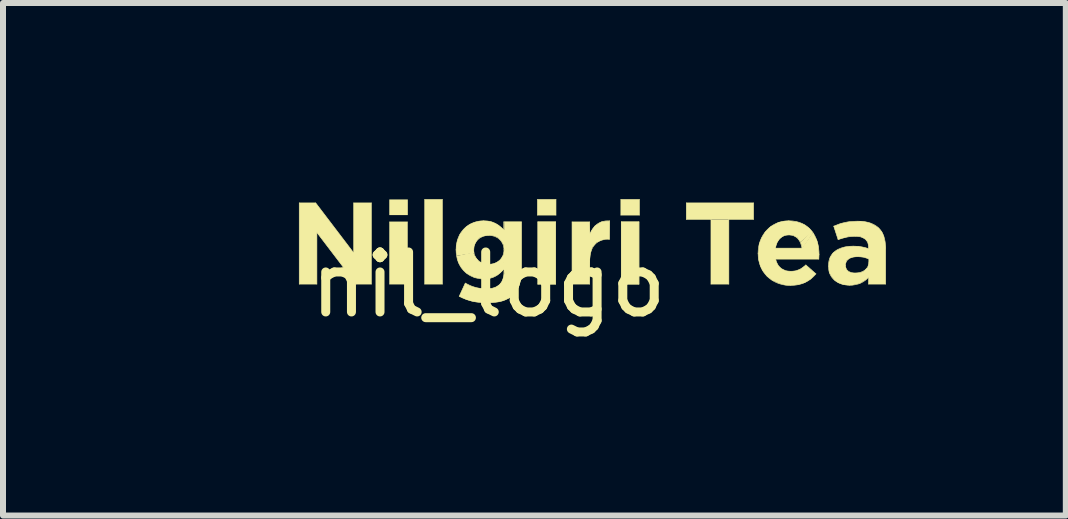
<source format=kicad_pcb>
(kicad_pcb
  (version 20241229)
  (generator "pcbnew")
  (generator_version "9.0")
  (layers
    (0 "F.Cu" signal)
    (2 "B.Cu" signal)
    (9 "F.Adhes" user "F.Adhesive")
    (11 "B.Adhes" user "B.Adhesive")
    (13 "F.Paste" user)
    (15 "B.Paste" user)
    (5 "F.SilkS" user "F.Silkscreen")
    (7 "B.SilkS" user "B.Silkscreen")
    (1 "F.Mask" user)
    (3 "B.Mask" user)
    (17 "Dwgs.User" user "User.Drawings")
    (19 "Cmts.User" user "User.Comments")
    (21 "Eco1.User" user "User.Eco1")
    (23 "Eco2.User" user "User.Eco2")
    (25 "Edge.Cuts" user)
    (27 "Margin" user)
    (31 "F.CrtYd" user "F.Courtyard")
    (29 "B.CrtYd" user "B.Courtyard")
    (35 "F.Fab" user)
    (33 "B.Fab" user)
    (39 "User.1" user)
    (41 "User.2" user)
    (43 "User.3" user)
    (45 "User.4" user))
  (footprint "nil_logo"
    (layer "F.Cu")
    (at 5.125 1.176)
    (property "Reference" "nil_logo" (at -0.03 0.52 0) (layer "F.SilkS") (effects (font (size 1 1) (thickness 0.15))))
    (attr through_hole)
    (fp_poly (pts (xy -5.041 -0.839) (xy -4.791 -0.839) (xy -4.706 0.51) (xy -5.125 0.51)) (stroke (width 0) (type solid)) (fill yes) (layer "F.Mask"))
    (fp_poly (pts (xy -4.691 -1.176) (xy -4.364 -1.176) (xy -4.364 0.172) (xy -4.607 0.172)) (stroke (width 0) (type solid)) (fill yes) (layer "F.Mask"))
    (fp_poly (pts (xy -4.259 -0.839) (xy -3.987 -0.839) (xy -3.987 0.51) (xy -4.259 0.51)) (stroke (width 0) (type solid)) (fill yes) (layer "F.Mask"))
    (fp_poly (pts (xy -3.861 -0.839) (xy -3.597 -0.839) (xy -3.513 0.51) (xy -3.861 0.51)) (stroke (width 0) (type solid)) (fill yes) (layer "F.Mask"))
    (fp_line (start -3.186 -0.843) (end -2.912 -0.843) (stroke (width 0.01) (type solid)) (layer "F.SilkS"))
    (fp_line (start -3.186 0.51) (end -3.186 -0.843) (stroke (width 0.01) (type solid)) (layer "F.SilkS"))
    (fp_line (start -2.912 -0.843) (end -2.278 -0.01) (stroke (width 0.01) (type solid)) (layer "F.SilkS"))
    (fp_line (start -2.892 -0.35) (end -2.892 0.51) (stroke (width 0.01) (type solid)) (layer "F.SilkS"))
    (fp_line (start -2.892 0.51) (end -3.186 0.51) (stroke (width 0.01) (type solid)) (layer "F.SilkS"))
    (fp_line (start -2.278 -0.843) (end -1.984 -0.843) (stroke (width 0.01) (type solid)) (layer "F.SilkS"))
    (fp_line (start -2.278 -0.01) (end -2.278 -0.843) (stroke (width 0.01) (type solid)) (layer "F.SilkS"))
    (fp_line (start -2.237 0.51) (end -2.892 -0.35) (stroke (width 0.01) (type solid)) (layer "F.SilkS"))
    (fp_line (start -1.984 -0.843) (end -1.984 0.51) (stroke (width 0.01) (type solid)) (layer "F.SilkS"))
    (fp_line (start -1.984 0.51) (end -2.237 0.51) (stroke (width 0.01) (type solid)) (layer "F.SilkS"))
    (fp_line (start -1.678 -0.526) (end -1.384 -0.526) (stroke (width 0.01) (type solid)) (layer "F.SilkS"))
    (fp_line (start -1.678 0.51) (end -1.678 -0.526) (stroke (width 0.01) (type solid)) (layer "F.SilkS"))
    (fp_line (start -1.384 -0.526) (end -1.384 0.51) (stroke (width 0.01) (type solid)) (layer "F.SilkS"))
    (fp_line (start -1.384 0.51) (end -1.678 0.51) (stroke (width 0.01) (type solid)) (layer "F.SilkS"))
    (fp_line (start -1.094 -0.901) (end -0.8 -0.901) (stroke (width 0.01) (type solid)) (layer "F.SilkS"))
    (fp_line (start -1.094 0.51) (end -1.094 -0.901) (stroke (width 0.01) (type solid)) (layer "F.SilkS"))
    (fp_line (start -0.8 -0.901) (end -0.8 0.51) (stroke (width 0.01) (type solid)) (layer "F.SilkS"))
    (fp_line (start -0.8 0.51) (end -1.094 0.51) (stroke (width 0.01) (type solid)) (layer "F.SilkS"))
    (fp_line (start 0.785 -0.901) (end 1.094 -0.901) (stroke (width 0.01) (type solid)) (layer "F.SilkS"))
    (fp_line (start 0.785 -0.64) (end 0.785 -0.901) (stroke (width 0.01) (type solid)) (layer "F.SilkS"))
    (fp_line (start 0.793 -0.526) (end 1.086 -0.526) (stroke (width 0.01) (type solid)) (layer "F.SilkS"))
    (fp_line (start 0.793 -0.526) (end 1.086 -0.526) (stroke (width 0.01) (type solid)) (layer "F.SilkS"))
    (fp_line (start 0.793 0.51) (end 0.793 -0.526) (stroke (width 0.01) (type solid)) (layer "F.SilkS"))
    (fp_line (start 0.793 0.51) (end 0.793 -0.526) (stroke (width 0.01) (type solid)) (layer "F.SilkS"))
    (fp_line (start 1.086 -0.526) (end 1.086 0.51) (stroke (width 0.01) (type solid)) (layer "F.SilkS"))
    (fp_line (start 1.086 0.51) (end 0.793 0.51) (stroke (width 0.01) (type solid)) (layer "F.SilkS"))
    (fp_line (start 1.086 -0.526) (end 1.086 0.51) (stroke (width 0.01) (type solid)) (layer "F.SilkS"))
    (fp_line (start 1.086 0.51) (end 0.793 0.51) (stroke (width 0.01) (type solid)) (layer "F.SilkS"))
    (fp_line (start 1.094 -0.901) (end 1.094 -0.64) (stroke (width 0.01) (type solid)) (layer "F.SilkS"))
    (fp_line (start 1.094 -0.64) (end 0.785 -0.64) (stroke (width 0.01) (type solid)) (layer "F.SilkS"))
    (fp_line (start 2.176 -0.901) (end 2.485 -0.901) (stroke (width 0.01) (type solid)) (layer "F.SilkS"))
    (fp_line (start 2.176 -0.64) (end 2.176 -0.901) (stroke (width 0.01) (type solid)) (layer "F.SilkS"))
    (fp_line (start 2.183 -0.526) (end 2.477 -0.526) (stroke (width 0.01) (type solid)) (layer "F.SilkS"))
    (fp_line (start 2.183 -0.526) (end 2.477 -0.526) (stroke (width 0.01) (type solid)) (layer "F.SilkS"))
    (fp_line (start 2.183 0.51) (end 2.183 -0.526) (stroke (width 0.01) (type solid)) (layer "F.SilkS"))
    (fp_line (start 2.183 0.51) (end 2.183 -0.526) (stroke (width 0.01) (type solid)) (layer "F.SilkS"))
    (fp_line (start 2.477 -0.526) (end 2.477 0.51) (stroke (width 0.01) (type solid)) (layer "F.SilkS"))
    (fp_line (start 2.477 0.51) (end 2.183 0.51) (stroke (width 0.01) (type solid)) (layer "F.SilkS"))
    (fp_line (start 2.477 -0.526) (end 2.477 0.51) (stroke (width 0.01) (type solid)) (layer "F.SilkS"))
    (fp_line (start 2.477 0.51) (end 2.183 0.51) (stroke (width 0.01) (type solid)) (layer "F.SilkS"))
    (fp_line (start 2.485 -0.901) (end 2.485 -0.64) (stroke (width 0.01) (type solid)) (layer "F.SilkS"))
    (fp_line (start 2.485 -0.64) (end 2.176 -0.64) (stroke (width 0.01) (type solid)) (layer "F.SilkS"))
    (fp_line (start 3.267 -0.843) (end 4.388 -0.843) (stroke (width 0.01) (type solid)) (layer "F.SilkS"))
    (fp_line (start 3.267 -0.569) (end 3.267 -0.843) (stroke (width 0.01) (type solid)) (layer "F.SilkS"))
    (fp_line (start 3.678 -0.569) (end 3.267 -0.569) (stroke (width 0.01) (type solid)) (layer "F.SilkS"))
    (fp_line (start 3.678 0.51) (end 3.678 -0.569) (stroke (width 0.01) (type solid)) (layer "F.SilkS"))
    (fp_line (start 3.976 -0.569) (end 3.976 0.51) (stroke (width 0.01) (type solid)) (layer "F.SilkS"))
    (fp_line (start 3.976 0.51) (end 3.678 0.51) (stroke (width 0.01) (type solid)) (layer "F.SilkS"))
    (fp_line (start 4.388 -0.843) (end 4.388 -0.569) (stroke (width 0.01) (type solid)) (layer "F.SilkS"))
    (fp_line (start 4.388 -0.569) (end 3.976 -0.569) (stroke (width 0.01) (type solid)) (layer "F.SilkS"))
    (fp_poly (pts (xy -1.685 -0.901) (xy -1.376 -0.901) (xy -1.376 -0.64) (xy -1.685 -0.64)) (stroke (width 0) (type solid)) (fill yes) (layer "F.SilkS"))
    (fp_poly (pts (xy -1.678 -0.526) (xy -1.384 -0.526) (xy -1.384 0.51) (xy -1.678 0.51)) (stroke (width 0) (type solid)) (fill yes) (layer "F.SilkS"))
    (fp_poly (pts (xy -1.094 0.51) (xy -0.8 0.51) (xy -0.8 -0.901) (xy -1.094 -0.901)) (stroke (width 0) (type solid)) (fill yes) (layer "F.SilkS"))
    (fp_poly (pts (xy 0.785 -0.901) (xy 1.094 -0.901) (xy 1.094 -0.64) (xy 0.785 -0.64)) (stroke (width 0) (type solid)) (fill yes) (layer "F.SilkS"))
    (fp_poly (pts (xy 0.793 -0.526) (xy 1.086 -0.526) (xy 1.086 0.51) (xy 0.793 0.51)) (stroke (width 0) (type solid)) (fill yes) (layer "F.SilkS"))
    (fp_poly (pts (xy 2.176 -0.901) (xy 2.485 -0.901) (xy 2.485 -0.64) (xy 2.176 -0.64)) (stroke (width 0) (type solid)) (fill yes) (layer "F.SilkS"))
    (fp_poly (pts (xy 2.183 -0.526) (xy 2.477 -0.526) (xy 2.477 0.51) (xy 2.183 0.51)) (stroke (width 0) (type solid)) (fill yes) (layer "F.SilkS"))
    (fp_poly (pts (xy 3.267 -0.569) (xy 3.267 -0.843) (xy 4.388 -0.843) (xy 4.388 -0.569)) (stroke (width 0) (type solid)) (fill yes) (layer "F.SilkS"))
    (fp_poly (pts (xy 3.678 -0.569) (xy 3.976 -0.569) (xy 3.976 0.51) (xy 3.678 0.51)) (stroke (width 0) (type solid)) (fill yes) (layer "F.SilkS"))
    (fp_poly (pts (xy 5.17 -0.19) (xy 5.18 -0.16) (xy 5.2 -0.08) (xy 5.38 -0.34) (xy 5.36 -0.37)) (stroke (width 0) (type solid)) (fill yes) (layer "F.SilkS"))
    (fp_poly (pts (xy -3.186 -0.843) (xy -2.912 -0.843) (xy -2.278 -0.01) (xy -2.278 -0.843) (xy -1.984 -0.843) (xy -1.984 0.51) (xy -2.237 0.51) (xy -2.892 -0.35) (xy -2.892 0.51) (xy -3.186 0.51)) (stroke (width 0) (type solid)) (fill yes) (layer "F.SilkS"))
    (fp_poly (pts (xy 1.67 -0.35) (xy 1.69 -0.39) (xy 1.74 -0.46) (xy 1.8 -0.5) (xy 1.85 -0.53) (xy 1.92 -0.54) (xy 1.99 -0.54) (xy 1.987 -0.238) (xy 1.93 -0.24) (xy 1.85 -0.22) (xy 1.77 -0.18) (xy 1.7 -0.1) (xy 1.67 0) (xy 1.66 0.1) (xy 1.656 0.51) (xy 1.362 0.51) (xy 1.362 -0.526) (xy 1.656 -0.526) (xy 1.66 -0.33)) (stroke (width 0) (type solid)) (fill yes) (layer "F.SilkS"))
    (fp_poly (pts (xy -0.56 0.04) (xy -0.55 0.1) (xy -0.53 0.16) (xy -0.49 0.23) (xy -0.45 0.28) (xy -0.4 0.33) (xy -0.35 0.36) (xy -0.27 0.4) (xy -0.17 0.42) (xy -0.111 0.425) (xy -0.04 0.42) (xy 0.04 0.4) (xy 0.12 0.36) (xy 0.17 0.32) (xy 0.24 0.25) (xy 0.21 0.04) (xy 0.16 0.11) (xy 0.1 0.15) (xy 0.05 0.17) (xy -0.01 0.18) (xy -0.11 0.17) (xy -0.19 0.13) (xy -0.24 0.07) (xy -0.27 0.02) (xy -0.28 -0.02)) (stroke (width 0) (type solid)) (fill yes) (layer "F.SilkS"))
    (fp_poly (pts (xy 6.31 0.08) (xy 6.305 0.51) (xy 6.59 0.51) (xy 6.59 -0.12) (xy 6.58 -0.2) (xy 6.56 -0.29) (xy 6.53 -0.36) (xy 6.47 -0.43) (xy 6.41 -0.47) (xy 6.33 -0.51) (xy 6.25 -0.53) (xy 6.17 -0.54) (xy 6.127 -0.538) (xy 5.98 -0.53) (xy 5.84 -0.5) (xy 5.725 -0.455) (xy 5.798 -0.231) (xy 5.86 -0.25) (xy 5.97 -0.28) (xy 6.085 -0.287) (xy 6.17 -0.28) (xy 6.25 -0.24) (xy 6.29 -0.19) (xy 6.3 -0.15) (xy 6.31 -0.07)) (stroke (width 0) (type solid)) (fill yes) (layer "F.SilkS"))
    (fp_poly (pts (xy 6.305 0.397) (xy 6.26 0.44) (xy 6.16 0.5) (xy 6.03 0.53) (xy 5.97 0.53) (xy 5.88 0.52) (xy 5.8 0.49) (xy 5.74 0.45) (xy 5.69 0.39) (xy 5.65 0.32) (xy 5.64 0.23) (xy 5.64 0.17) (xy 5.66 0.07) (xy 5.71 -0.01) (xy 5.78 -0.06) (xy 5.85 -0.09) (xy 5.91 -0.11) (xy 5.99 -0.12) (xy 6.054 -0.122) (xy 6.14 -0.12) (xy 6.24 -0.1) (xy 6.307 -0.08) (xy 6.36 -0.05) (xy 6.38 0.12) (xy 6.311 0.092) (xy 6.22 0.06) (xy 6.123 0.053) (xy 6.05 0.06) (xy 5.99 0.08) (xy 5.94 0.12) (xy 5.92 0.18) (xy 5.92 0.21) (xy 5.94 0.27) (xy 5.97 0.3) (xy 6.02 0.32) (xy 6.081 0.326) (xy 6.15 0.32) (xy 6.19 0.31) (xy 6.23 0.29) (xy 6.25 0.27) (xy 6.29 0.23) (xy 6.31 0.17) (xy 6.311 0.144) (xy 6.38 0.16) (xy 6.38 0.4)) (stroke (width 0) (type solid)) (fill yes) (layer "F.SilkS"))
    (fp_poly (pts (xy 4.976 -0.545) (xy 4.89 -0.54) (xy 4.8 -0.52) (xy 4.67 -0.45) (xy 4.58 -0.36) (xy 4.52 -0.26) (xy 4.48 -0.16) (xy 4.464 -0.002) (xy 4.47 0.1) (xy 4.5 0.21) (xy 4.54 0.29) (xy 4.61 0.38) (xy 4.7 0.45) (xy 4.81 0.5) (xy 4.92 0.53) (xy 5.005 0.533) (xy 5.14 0.52) (xy 5.24 0.49) (xy 5.34 0.43) (xy 5.428 0.34) (xy 5.26 0.191) (xy 5.17 0.26) (xy 5.09 0.29) (xy 5.009 0.297) (xy 4.93 0.29) (xy 4.85 0.25) (xy 4.8 0.2) (xy 4.77 0.14) (xy 4.756 0.094) (xy 5.476 0.094) (xy 5.48 0.01) (xy 5.47 -0.12) (xy 5.45 -0.21) (xy 5.38 -0.35) (xy 5.194 -0.089) (xy 4.752 -0.089) (xy 4.78 -0.18) (xy 4.82 -0.24) (xy 4.87 -0.28) (xy 4.91 -0.3) (xy 4.976 -0.31) (xy 5.05 -0.3) (xy 5.12 -0.26) (xy 5.17 -0.19) (xy 5.37 -0.36) (xy 5.32 -0.42) (xy 5.24 -0.48) (xy 5.17 -0.51) (xy 5.11 -0.53) (xy 5.03 -0.54)) (stroke (width 0) (type solid)) (fill yes) (layer "F.SilkS"))
    (fp_poly (pts (xy 0.23 -0.06) (xy 0.22 -0.14) (xy 0.18 -0.21) (xy 0.13 -0.26) (xy 0.07 -0.29) (xy 0.01 -0.3) (xy -0.026 -0.302) (xy -0.11 -0.29) (xy -0.18 -0.26) (xy -0.22 -0.22) (xy -0.25 -0.17) (xy -0.27 -0.12) (xy -0.277 -0.058) (xy -0.27 -0.01) (xy -0.56 0.04) (xy -0.57 -0.02) (xy -0.571 -0.058) (xy -0.57 -0.13) (xy -0.55 -0.22) (xy -0.51 -0.32) (xy -0.45 -0.4) (xy -0.4 -0.45) (xy -0.34 -0.49) (xy -0.27 -0.52) (xy -0.19 -0.54) (xy -0.111 -0.545) (xy -0.03 -0.54) (xy 0.02 -0.53) (xy 0.09 -0.5) (xy 0.14 -0.47) (xy 0.2 -0.42) (xy 0.23 -0.39) (xy 0.23 -0.53) (xy 0.52 -0.53) (xy 0.52 0.29) (xy 0.51 0.42) (xy 0.49 0.52) (xy 0.47 0.57) (xy 0.45 0.6) (xy 0.41 0.67) (xy 0.34 0.73) (xy 0.3 0.75) (xy 0.24 0.78) (xy 0.18 0.8) (xy 0.12 0.81) (xy 0.03 0.82) (xy -0.061 0.823) (xy -0.14 0.82) (xy -0.23 0.81) (xy -0.3 0.8) (xy -0.4 0.77) (xy -0.47 0.74) (xy -0.519 0.714) (xy -0.418 0.494) (xy -0.35 0.53) (xy -0.3 0.55) (xy -0.23 0.57) (xy -0.17 0.58) (xy -0.068 0.589) (xy 0.03 0.58) (xy 0.09 0.56) (xy 0.15 0.52) (xy 0.19 0.47) (xy 0.21 0.42) (xy 0.23 0.34) (xy 0.227 0.256) (xy 0.2 0.06) (xy 0.22 0.01)) (stroke (width 0) (type solid)) (fill yes) (layer "F.SilkS"))
    (fp_curve (pts (xy -0.571 -0.062) (xy -0.571 -0.372) (xy -0.349 -0.545) (xy -0.111 -0.545)) (stroke (width 0.01) (type solid)) (layer "F.SilkS"))
    (fp_curve (pts (xy -0.571 -0.058) (xy -0.571 -0.058) (xy -0.571 -0.062) (xy -0.571 -0.062)) (stroke (width 0.01) (type solid)) (layer "F.SilkS"))
    (fp_curve (pts (xy -0.519 0.714) (xy -0.519 0.714) (xy -0.418 0.494) (xy -0.418 0.494)) (stroke (width 0.01) (type solid)) (layer "F.SilkS"))
    (fp_curve (pts (xy -0.418 0.494) (xy -0.312 0.554) (xy -0.206 0.589) (xy -0.068 0.589)) (stroke (width 0.01) (type solid)) (layer "F.SilkS"))
    (fp_curve (pts (xy -0.277 -0.062) (xy -0.277 -0.062) (xy -0.277 -0.058) (xy -0.277 -0.058)) (stroke (width 0.01) (type solid)) (layer "F.SilkS"))
    (fp_curve (pts (xy -0.277 -0.058) (xy -0.277 0.084) (xy -0.169 0.181) (xy -0.026 0.181)) (stroke (width 0.01) (type solid)) (layer "F.SilkS"))
    (fp_curve (pts (xy -0.111 -0.545) (xy 0.049 -0.545) (xy 0.144 -0.478) (xy 0.223 -0.391)) (stroke (width 0.01) (type solid)) (layer "F.SilkS"))
    (fp_curve (pts (xy -0.111 0.425) (xy -0.353 0.425) (xy -0.571 0.249) (xy -0.571 -0.058)) (stroke (width 0.01) (type solid)) (layer "F.SilkS"))
    (fp_curve (pts (xy -0.068 0.589) (xy 0.132 0.589) (xy 0.227 0.492) (xy 0.227 0.307)) (stroke (width 0.01) (type solid)) (layer "F.SilkS"))
    (fp_curve (pts (xy -0.061 0.823) (xy -0.229 0.823) (xy -0.387 0.784) (xy -0.519 0.714)) (stroke (width 0.01) (type solid)) (layer "F.SilkS"))
    (fp_curve (pts (xy -0.026 -0.302) (xy -0.169 -0.302) (xy -0.277 -0.204) (xy -0.277 -0.062)) (stroke (width 0.01) (type solid)) (layer "F.SilkS"))
    (fp_curve (pts (xy -0.026 0.181) (xy 0.117 0.181) (xy 0.227 0.083) (xy 0.227 -0.058)) (stroke (width 0.01) (type solid)) (layer "F.SilkS"))
    (fp_curve (pts (xy 0.223 -0.526) (xy 0.223 -0.526) (xy 0.517 -0.526) (xy 0.517 -0.526)) (stroke (width 0.01) (type solid)) (layer "F.SilkS"))
    (fp_curve (pts (xy 0.223 -0.391) (xy 0.223 -0.391) (xy 0.223 -0.526) (xy 0.223 -0.526)) (stroke (width 0.01) (type solid)) (layer "F.SilkS"))
    (fp_curve (pts (xy 0.227 -0.062) (xy 0.227 -0.204) (xy 0.117 -0.302) (xy -0.026 -0.302)) (stroke (width 0.01) (type solid)) (layer "F.SilkS"))
    (fp_curve (pts (xy 0.227 -0.058) (xy 0.227 -0.058) (xy 0.227 -0.062) (xy 0.227 -0.062)) (stroke (width 0.01) (type solid)) (layer "F.SilkS"))
    (fp_curve (pts (xy 0.227 0.256) (xy 0.14 0.361) (xy 0.046 0.425) (xy -0.111 0.425)) (stroke (width 0.01) (type solid)) (layer "F.SilkS"))
    (fp_curve (pts (xy 0.227 0.307) (xy 0.227 0.307) (xy 0.227 0.256) (xy 0.227 0.256)) (stroke (width 0.01) (type solid)) (layer "F.SilkS"))
    (fp_curve (pts (xy 0.386 0.684) (xy 0.289 0.78) (xy 0.14 0.823) (xy -0.061 0.823)) (stroke (width 0.01) (type solid)) (layer "F.SilkS"))
    (fp_curve (pts (xy 0.517 -0.526) (xy 0.517 -0.526) (xy 0.517 0.276) (xy 0.517 0.276)) (stroke (width 0.01) (type solid)) (layer "F.SilkS"))
    (fp_curve (pts (xy 0.517 0.276) (xy 0.517 0.461) (xy 0.473 0.597) (xy 0.386 0.684)) (stroke (width 0.01) (type solid)) (layer "F.SilkS"))
    (fp_curve (pts (xy 1.362 -0.526) (xy 1.362 -0.526) (xy 1.656 -0.526) (xy 1.656 -0.526)) (stroke (width 0.01) (type solid)) (layer "F.SilkS"))
    (fp_curve (pts (xy 1.362 0.51) (xy 1.362 0.51) (xy 1.362 -0.526) (xy 1.362 -0.526)) (stroke (width 0.01) (type solid)) (layer "F.SilkS"))
    (fp_curve (pts (xy 1.656 -0.526) (xy 1.656 -0.526) (xy 1.656 -0.318) (xy 1.656 -0.318)) (stroke (width 0.01) (type solid)) (layer "F.SilkS"))
    (fp_curve (pts (xy 1.656 -0.318) (xy 1.716 -0.461) (xy 1.813 -0.553) (xy 1.987 -0.545)) (stroke (width 0.01) (type solid)) (layer "F.SilkS"))
    (fp_curve (pts (xy 1.656 0.127) (xy 1.656 0.127) (xy 1.656 0.51) (xy 1.656 0.51)) (stroke (width 0.01) (type solid)) (layer "F.SilkS"))
    (fp_curve (pts (xy 1.656 0.51) (xy 1.656 0.51) (xy 1.362 0.51) (xy 1.362 0.51)) (stroke (width 0.01) (type solid)) (layer "F.SilkS"))
    (fp_curve (pts (xy 1.971 -0.238) (xy 1.776 -0.238) (xy 1.656 -0.12) (xy 1.656 0.127)) (stroke (width 0.01) (type solid)) (layer "F.SilkS"))
    (fp_curve (pts (xy 1.987 -0.545) (xy 1.987 -0.545) (xy 1.987 -0.238) (xy 1.987 -0.238)) (stroke (width 0.01) (type solid)) (layer "F.SilkS"))
    (fp_curve (pts (xy 1.987 -0.238) (xy 1.987 -0.238) (xy 1.971 -0.238) (xy 1.971 -0.238)) (stroke (width 0.01) (type solid)) (layer "F.SilkS"))
    (fp_curve (pts (xy 4.464 -0.006) (xy 4.464 -0.302) (xy 4.674 -0.545) (xy 4.976 -0.545)) (stroke (width 0.01) (type solid)) (layer "F.SilkS"))
    (fp_curve (pts (xy 4.464 -0.002) (xy 4.464 -0.002) (xy 4.464 -0.006) (xy 4.464 -0.006)) (stroke (width 0.01) (type solid)) (layer "F.SilkS"))
    (fp_curve (pts (xy 4.752 -0.089) (xy 4.752 -0.089) (xy 5.194 -0.089) (xy 5.194 -0.089)) (stroke (width 0.01) (type solid)) (layer "F.SilkS"))
    (fp_curve (pts (xy 4.756 0.094) (xy 4.785 0.227) (xy 4.877 0.297) (xy 5.009 0.297)) (stroke (width 0.01) (type solid)) (layer "F.SilkS"))
    (fp_curve (pts (xy 4.976 -0.545) (xy 5.322 -0.545) (xy 5.48 -0.277) (xy 5.48 0.017)) (stroke (width 0.01) (type solid)) (layer "F.SilkS"))
    (fp_curve (pts (xy 4.976 -0.31) (xy 4.854 -0.31) (xy 4.775 -0.223) (xy 4.752 -0.089)) (stroke (width 0.01) (type solid)) (layer "F.SilkS"))
    (fp_curve (pts (xy 5.005 0.533) (xy 4.694 0.533) (xy 4.464 0.314) (xy 4.464 -0.002)) (stroke (width 0.01) (type solid)) (layer "F.SilkS"))
    (fp_curve (pts (xy 5.009 0.297) (xy 5.107 0.297) (xy 5.179 0.266) (xy 5.26 0.191)) (stroke (width 0.01) (type solid)) (layer "F.SilkS"))
    (fp_curve (pts (xy 5.194 -0.089) (xy 5.177 -0.221) (xy 5.1 -0.31) (xy 4.976 -0.31)) (stroke (width 0.01) (type solid)) (layer "F.SilkS"))
    (fp_curve (pts (xy 5.26 0.191) (xy 5.26 0.191) (xy 5.428 0.34) (xy 5.428 0.34)) (stroke (width 0.01) (type solid)) (layer "F.SilkS"))
    (fp_curve (pts (xy 5.428 0.34) (xy 5.331 0.459) (xy 5.192 0.533) (xy 5.005 0.533)) (stroke (width 0.01) (type solid)) (layer "F.SilkS"))
    (fp_curve (pts (xy 5.476 0.094) (xy 5.476 0.094) (xy 4.756 0.094) (xy 4.756 0.094)) (stroke (width 0.01) (type solid)) (layer "F.SilkS"))
    (fp_curve (pts (xy 5.48 0.017) (xy 5.48 0.04) (xy 5.478 0.067) (xy 5.476 0.094)) (stroke (width 0.01) (type solid)) (layer "F.SilkS"))
    (fp_curve (pts (xy 5.636 0.208) (xy 5.636 -0.018) (xy 5.808 -0.122) (xy 6.054 -0.122)) (stroke (width 0.01) (type solid)) (layer "F.SilkS"))
    (fp_curve (pts (xy 5.636 0.212) (xy 5.636 0.212) (xy 5.636 0.208) (xy 5.636 0.208)) (stroke (width 0.01) (type solid)) (layer "F.SilkS"))
    (fp_curve (pts (xy 5.725 -0.455) (xy 5.839 -0.505) (xy 5.951 -0.538) (xy 6.127 -0.538)) (stroke (width 0.01) (type solid)) (layer "F.SilkS"))
    (fp_curve (pts (xy 5.798 -0.231) (xy 5.798 -0.231) (xy 5.725 -0.455) (xy 5.725 -0.455)) (stroke (width 0.01) (type solid)) (layer "F.SilkS"))
    (fp_curve (pts (xy 5.92 0.197) (xy 5.92 0.197) (xy 5.92 0.2) (xy 5.92 0.2)) (stroke (width 0.01) (type solid)) (layer "F.SilkS"))
    (fp_curve (pts (xy 5.92 0.2) (xy 5.92 0.28) (xy 5.986 0.326) (xy 6.081 0.326)) (stroke (width 0.01) (type solid)) (layer "F.SilkS"))
    (fp_curve (pts (xy 5.992 0.529) (xy 5.797 0.529) (xy 5.636 0.417) (xy 5.636 0.212)) (stroke (width 0.01) (type solid)) (layer "F.SilkS"))
    (fp_curve (pts (xy 6.054 -0.122) (xy 6.158 -0.122) (xy 6.233 -0.105) (xy 6.307 -0.08)) (stroke (width 0.01) (type solid)) (layer "F.SilkS"))
    (fp_curve (pts (xy 6.081 0.326) (xy 6.218 0.326) (xy 6.311 0.251) (xy 6.311 0.144)) (stroke (width 0.01) (type solid)) (layer "F.SilkS"))
    (fp_curve (pts (xy 6.085 -0.287) (xy 5.972 -0.287) (xy 5.893 -0.265) (xy 5.798 -0.231)) (stroke (width 0.01) (type solid)) (layer "F.SilkS"))
    (fp_curve (pts (xy 6.123 0.053) (xy 5.998 0.053) (xy 5.92 0.104) (xy 5.92 0.197)) (stroke (width 0.01) (type solid)) (layer "F.SilkS"))
    (fp_curve (pts (xy 6.127 -0.538) (xy 6.287 -0.538) (xy 6.403 -0.495) (xy 6.477 -0.422)) (stroke (width 0.01) (type solid)) (layer "F.SilkS"))
    (fp_curve (pts (xy 6.305 0.397) (xy 6.233 0.477) (xy 6.135 0.529) (xy 5.992 0.529)) (stroke (width 0.01) (type solid)) (layer "F.SilkS"))
    (fp_curve (pts (xy 6.305 0.51) (xy 6.305 0.51) (xy 6.305 0.397) (xy 6.305 0.397)) (stroke (width 0.01) (type solid)) (layer "F.SilkS"))
    (fp_curve (pts (xy 6.307 -0.097) (xy 6.307 -0.219) (xy 6.231 -0.287) (xy 6.085 -0.287)) (stroke (width 0.01) (type solid)) (layer "F.SilkS"))
    (fp_curve (pts (xy 6.307 -0.08) (xy 6.307 -0.08) (xy 6.307 -0.097) (xy 6.307 -0.097)) (stroke (width 0.01) (type solid)) (layer "F.SilkS"))
    (fp_curve (pts (xy 6.311 0.092) (xy 6.26 0.069) (xy 6.195 0.053) (xy 6.123 0.053)) (stroke (width 0.01) (type solid)) (layer "F.SilkS"))
    (fp_curve (pts (xy 6.311 0.144) (xy 6.311 0.144) (xy 6.311 0.092) (xy 6.311 0.092)) (stroke (width 0.01) (type solid)) (layer "F.SilkS"))
    (fp_curve (pts (xy 6.477 -0.422) (xy 6.554 -0.345) (xy 6.589 -0.231) (xy 6.589 -0.091)) (stroke (width 0.01) (type solid)) (layer "F.SilkS"))
    (fp_curve (pts (xy 6.589 -0.091) (xy 6.589 -0.091) (xy 6.589 0.51) (xy 6.589 0.51)) (stroke (width 0.01) (type solid)) (layer "F.SilkS"))
    (fp_curve (pts (xy 6.589 0.51) (xy 6.589 0.51) (xy 6.305 0.51) (xy 6.305 0.51)) (stroke (width 0.01) (type solid)) (layer "F.SilkS")))
  (gr_rect
    (start -3 -3)
    (end 14.719 5.545)
    (stroke (width 0.1) (type default))
    (fill no)
    (layer "Edge.Cuts")))
</source>
